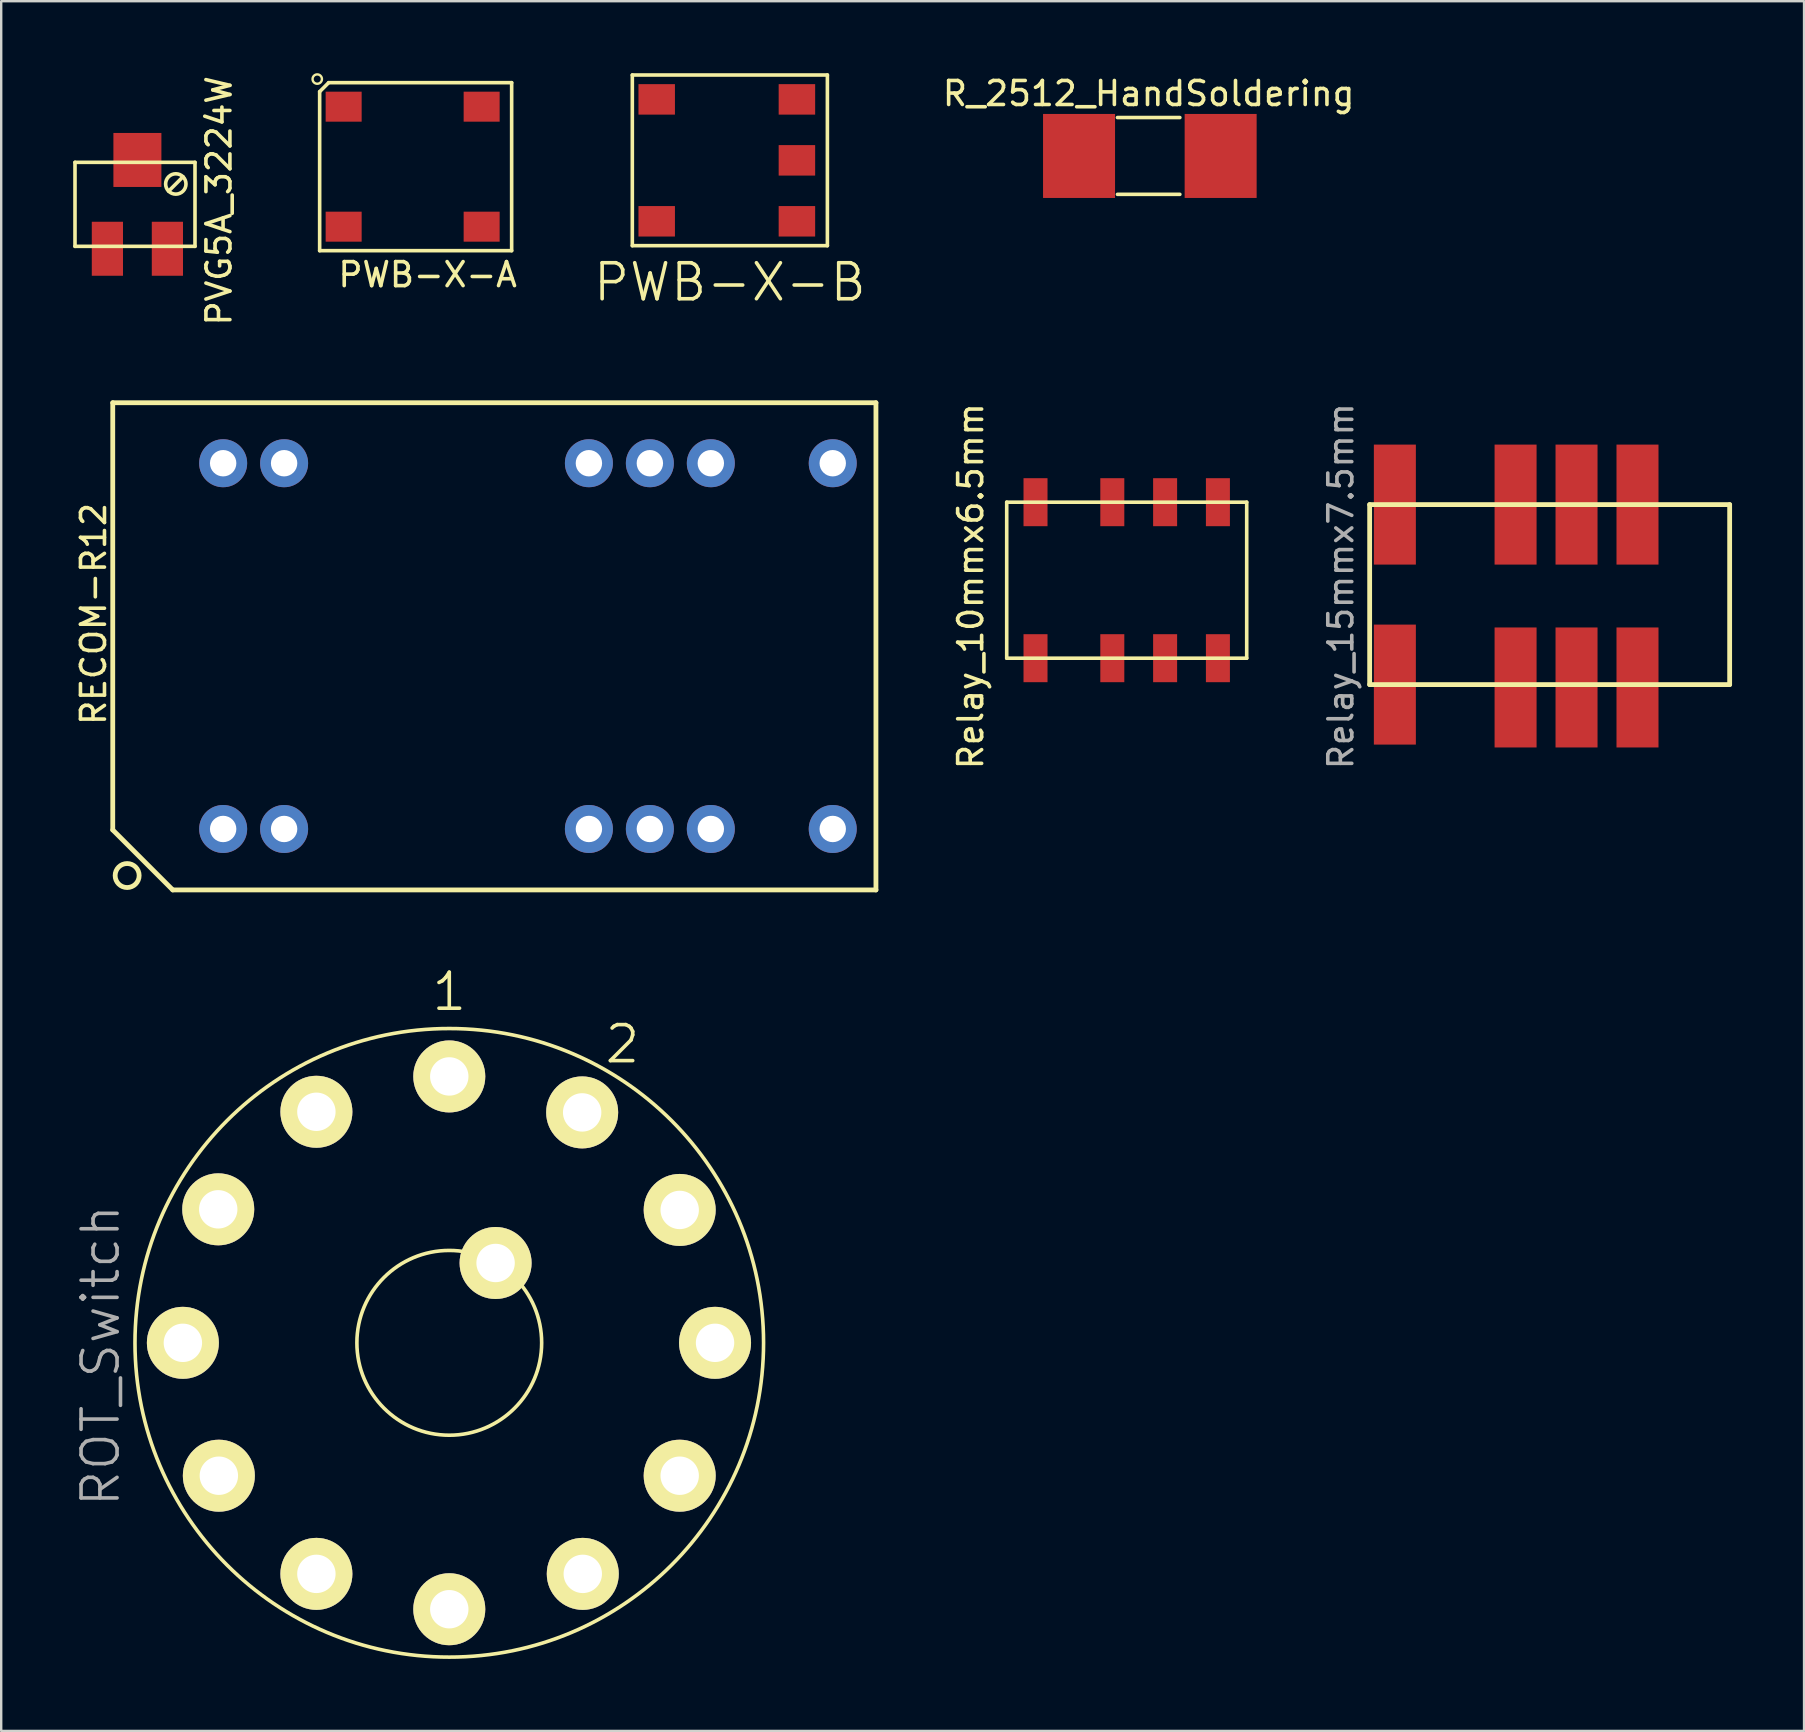
<source format=kicad_pcb>
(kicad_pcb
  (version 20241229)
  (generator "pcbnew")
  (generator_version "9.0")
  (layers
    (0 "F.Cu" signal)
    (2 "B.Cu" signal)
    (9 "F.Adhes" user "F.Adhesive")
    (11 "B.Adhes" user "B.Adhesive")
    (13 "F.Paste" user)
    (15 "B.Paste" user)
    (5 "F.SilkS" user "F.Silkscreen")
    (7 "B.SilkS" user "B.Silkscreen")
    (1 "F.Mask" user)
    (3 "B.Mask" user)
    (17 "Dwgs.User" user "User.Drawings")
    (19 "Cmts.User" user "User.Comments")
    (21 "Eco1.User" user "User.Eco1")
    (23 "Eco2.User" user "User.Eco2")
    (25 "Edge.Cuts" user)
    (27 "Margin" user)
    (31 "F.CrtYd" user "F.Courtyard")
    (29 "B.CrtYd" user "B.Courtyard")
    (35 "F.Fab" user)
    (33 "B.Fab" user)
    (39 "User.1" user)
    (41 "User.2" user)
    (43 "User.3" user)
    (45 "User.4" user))
  (footprint "Relay_10mmx6.5mm"
    (layer "F.Cu")
    (at 43.897 20.875)
    (property "Reference" "Relay_10mmx6.5mm" (at -6.5 0.5 90) (layer "F.SilkS") (effects (font (size 1 1) (thickness 0.15))))
    (attr through_hole)
    (fp_line (start -5 -3) (end 5 -3) (stroke (width 0.15) (type solid)) (layer "F.SilkS"))
    (fp_line (start -5 3.5) (end -5 -3) (stroke (width 0.15) (type solid)) (layer "F.SilkS"))
    (fp_line (start 5 -3) (end 5 3.5) (stroke (width 0.15) (type solid)) (layer "F.SilkS"))
    (fp_line (start 5 3.5) (end -5 3.5) (stroke (width 0.15) (type solid)) (layer "F.SilkS"))
    (pad "1" smd rect (at -3.8 3.5) (size 1 2) (layers "F.Cu" "F.Mask" "F.Paste"))
    (pad "2" smd rect (at -0.6 3.5) (size 1 2) (layers "F.Cu" "F.Mask" "F.Paste"))
    (pad "3" smd rect (at 1.6 3.5) (size 1 2) (layers "F.Cu" "F.Mask" "F.Paste"))
    (pad "4" smd rect (at 3.8 3.5) (size 1 2) (layers "F.Cu" "F.Mask" "F.Paste"))
    (pad "5" smd rect (at 3.8 -3) (size 1 2) (layers "F.Cu" "F.Mask" "F.Paste"))
    (pad "6" smd rect (at 1.6 -3) (size 1 2) (layers "F.Cu" "F.Mask" "F.Paste"))
    (pad "7" smd rect (at -0.6 -3) (size 1 2) (layers "F.Cu" "F.Mask" "F.Paste"))
    (pad "8" smd rect (at -3.8 -3) (size 1 2) (layers "F.Cu" "F.Mask" "F.Paste")))
  (footprint "ROT_Switch"
    (layer "F.Cu")
    (at 15.67 52.902)
    (property "Reference" "ROT_Switch" (at -14.529 0.533 90) (layer "F.Fab") (effects (font (size 1.5 1.5) (thickness 0.15))))
    (attr through_hole)
    (fp_circle (center 0 0) (end 2.722 2.722) (stroke (width 0.15) (type solid)) (fill no) (layer "F.SilkS"))
    (fp_circle (center 0 0) (end 9.26 9.26) (stroke (width 0.15) (type solid)) (fill no) (layer "F.SilkS"))
    (fp_text user "1" (at 0 -14.63 0) (layer "F.SilkS") (effects (font (size 1.5 1.5) (thickness 0.15))))
    (fp_text user "2" (at 7.214 -12.446 0) (layer "F.SilkS") (effects (font (size 1.5 1.5) (thickness 0.15))))
    (pad "1" thru_hole circle (at 0 -11.1) (size 3 3) (drill 1.6) (layers "*.Cu" "*.Mask" "F.SilkS"))
    (pad "2" thru_hole circle (at 5.537 -9.601) (size 3 3) (drill 1.6) (layers "*.Cu" "*.Mask" "F.SilkS"))
    (pad "3" thru_hole circle (at 9.601 -5.537) (size 3 3) (drill 1.6) (layers "*.Cu" "*.Mask" "F.SilkS"))
    (pad "4" thru_hole circle (at 11.074 0) (size 3 3) (drill 1.6) (layers "*.Cu" "*.Mask" "F.SilkS"))
    (pad "5" thru_hole circle (at 9.601 5.537) (size 3 3) (drill 1.6) (layers "*.Cu" "*.Mask" "F.SilkS"))
    (pad "6" thru_hole circle (at 5.563 9.627) (size 3 3) (drill 1.6) (layers "*.Cu" "*.Mask" "F.SilkS"))
    (pad "7" thru_hole circle (at 0 11.1) (size 3 3) (drill 1.6) (layers "*.Cu" "*.Mask" "F.SilkS"))
    (pad "8" thru_hole circle (at -5.537 9.627) (size 3 3) (drill 1.6) (layers "*.Cu" "*.Mask" "F.SilkS"))
    (pad "9" thru_hole circle (at -9.601 5.537) (size 3 3) (drill 1.6) (layers "*.Cu" "*.Mask" "F.SilkS"))
    (pad "10" thru_hole circle (at -11.1 0) (size 3 3) (drill 1.6) (layers "*.Cu" "*.Mask" "F.SilkS"))
    (pad "11" thru_hole circle (at -9.627 -5.563) (size 3 3) (drill 1.6) (layers "*.Cu" "*.Mask" "F.SilkS"))
    (pad "12" thru_hole circle (at -5.537 -9.627) (size 3 3) (drill 1.6) (layers "*.Cu" "*.Mask" "F.SilkS"))
    (pad "A" thru_hole circle (at 1.93 -3.327) (size 3 3) (drill 1.6) (layers "*.Cu" "*.Mask" "F.SilkS")))
  (footprint "Relay_15mmx7.5mm"
    (layer "F.Cu")
    (at 61.42 21.475)
    (property "Reference" "Relay_15mmx7.5mm" (at -8.6 -0.1 90) (layer "F.Fab") (effects (font (size 1 1) (thickness 0.15))))
    (attr through_hole)
    (fp_line (start -7.4 -3.5) (end 7.6 -3.5) (stroke (width 0.2) (type solid)) (layer "F.SilkS"))
    (fp_line (start -7.4 4) (end -7.4 -3.5) (stroke (width 0.2) (type solid)) (layer "F.SilkS"))
    (fp_line (start 7.6 -3.5) (end 7.6 4) (stroke (width 0.2) (type solid)) (layer "F.SilkS"))
    (fp_line (start 7.6 4) (end -7.4 4) (stroke (width 0.2) (type solid)) (layer "F.SilkS"))
    (pad "1" smd rect (at -6.35 4) (size 1.75 5) (layers "F.Cu" "F.Mask" "F.Paste"))
    (pad "3" smd rect (at -1.32 4.12) (size 1.75 5) (layers "F.Cu" "F.Mask" "F.Paste"))
    (pad "4" smd rect (at 1.22 4.12) (size 1.75 5) (layers "F.Cu" "F.Mask" "F.Paste"))
    (pad "5" smd rect (at 3.76 4.12) (size 1.75 5) (layers "F.Cu" "F.Mask" "F.Paste"))
    (pad "8" smd rect (at 3.76 -3.5) (size 1.75 5) (layers "F.Cu" "F.Mask" "F.Paste"))
    (pad "9" smd rect (at 1.22 -3.5) (size 1.75 5) (layers "F.Cu" "F.Mask" "F.Paste"))
    (pad "10" smd rect (at -1.32 -3.5) (size 1.75 5) (layers "F.Cu" "F.Mask" "F.Paste"))
    (pad "12" smd rect (at -6.35 -3.5) (size 1.75 5) (layers "F.Cu" "F.Mask" "F.Paste")))
  (footprint "RECOM-R12"
    (layer "F.Cu")
    (at 17.148 23.931)
    (property "Reference" "RECOM-R12" (at -16.3 -1.4 90) (layer "F.SilkS") (effects (font (size 1 1) (thickness 0.15))))
    (attr through_hole)
    (fp_line (start -15.5 -10.2) (end 16.3 -10.2) (stroke (width 0.2) (type solid)) (layer "F.SilkS"))
    (fp_line (start -15.5 7.6) (end -15.5 -10.2) (stroke (width 0.2) (type solid)) (layer "F.SilkS"))
    (fp_line (start -15.5 7.6) (end -13 10.1) (stroke (width 0.2) (type solid)) (layer "F.SilkS"))
    (fp_line (start -13 10.1) (end 16.3 10.1) (stroke (width 0.2) (type solid)) (layer "F.SilkS"))
    (fp_line (start 16.3 -10.2) (end 16.3 10.1) (stroke (width 0.2) (type solid)) (layer "F.SilkS"))
    (fp_circle (center -14.9 9.5) (end -14.5 9.8) (stroke (width 0.2) (type solid)) (fill no) (layer "F.SilkS"))
    (pad "2" thru_hole circle (at -10.9 7.56) (size 2 2) (drill 1.1) (layers "*.Cu" "*.Mask"))
    (pad "3" thru_hole circle (at -8.36 7.56) (size 2 2) (drill 1.1) (layers "*.Cu" "*.Mask"))
    (pad "8" thru_hole circle (at 4.34 7.56) (size 2 2) (drill 1.1) (layers "*.Cu" "*.Mask"))
    (pad "9" thru_hole circle (at 6.88 7.56) (size 2 2) (drill 1.1) (layers "*.Cu" "*.Mask"))
    (pad "10" thru_hole circle (at 9.42 7.56) (size 2 2) (drill 1.1) (layers "*.Cu" "*.Mask"))
    (pad "12" thru_hole circle (at 14.5 7.56) (size 2 2) (drill 1.1) (layers "*.Cu" "*.Mask"))
    (pad "13" thru_hole circle (at 14.5 -7.68) (size 2 2) (drill 1.1) (layers "*.Cu" "*.Mask"))
    (pad "15" thru_hole circle (at 9.42 -7.68) (size 2 2) (drill 1.1) (layers "*.Cu" "*.Mask"))
    (pad "16" thru_hole circle (at 6.88 -7.68) (size 2 2) (drill 1.1) (layers "*.Cu" "*.Mask"))
    (pad "17" thru_hole circle (at 4.34 -7.68) (size 2 2) (drill 1.1) (layers "*.Cu" "*.Mask"))
    (pad "22" thru_hole circle (at -8.36 -7.68) (size 2 2) (drill 1.1) (layers "*.Cu" "*.Mask"))
    (pad "23" thru_hole circle (at -10.9 -7.68) (size 2 2) (drill 1.1) (layers "*.Cu" "*.Mask")))
  (footprint "R_2512_HandSoldering"
    (layer "F.Cu")
    (at 44.811 3.448)
    (property "Reference" "R_2512_HandSoldering" (at 0 -2.6 0) (layer "F.SilkS") (effects (font (size 1 1) (thickness 0.15))))
    (attr smd)
    (fp_line (start -1.3 -1.6) (end 1.3 -1.6) (stroke (width 0.15) (type solid)) (layer "F.SilkS"))
    (fp_line (start -1.3 1.6) (end 1.3 1.6) (stroke (width 0.15) (type solid)) (layer "F.SilkS"))
    (pad "1" smd rect (at -2.9 0) (size 3 3.5) (layers "F.Cu" "F.Mask" "F.Paste"))
    (pad "2" smd rect (at 3 0) (size 3 3.5) (layers "F.Cu" "F.Mask" "F.Paste")))
  (footprint "PVG5A_3224W"
    (layer "F.Cu")
    (at 2.675 5.415)
    (property "Reference" "PVG5A_3224W" (at 3.4 -0.1 90) (layer "F.SilkS") (effects (font (size 1 1) (thickness 0.15))))
    (attr through_hole)
    (fp_line (start -2.6 -1.7) (end -2.6 1.8) (stroke (width 0.15) (type solid)) (layer "F.SilkS"))
    (fp_line (start -2.6 -1.7) (end 2.4 -1.7) (stroke (width 0.15) (type solid)) (layer "F.SilkS"))
    (fp_line (start -2.6 1.8) (end 2.4 1.8) (stroke (width 0.15) (type solid)) (layer "F.SilkS"))
    (fp_line (start 1.3 -0.5) (end 1.9 -1.1) (stroke (width 0.15) (type solid)) (layer "F.SilkS"))
    (fp_line (start 2.4 -1.7) (end 2.4 1.8) (stroke (width 0.15) (type solid)) (layer "F.SilkS"))
    (fp_circle (center 1.6 -0.8) (end 1.9 -0.5) (stroke (width 0.15) (type solid)) (fill no) (layer "F.SilkS"))
    (pad "1" smd rect (at -1.25 1.9) (size 1.3 2.25) (layers "F.Cu" "F.Mask" "F.Paste"))
    (pad "2" smd rect (at 0 -1.8) (size 2 2.25) (layers "F.Cu" "F.Mask" "F.Paste"))
    (pad "3" smd rect (at 1.25 1.9) (size 1.3 2.25) (layers "F.Cu" "F.Mask" "F.Paste")))
  (footprint "PWB-X-A"
    (layer "F.Cu")
    (at 14.269 3.645)
    (property "Reference" "PWB-X-A" (at 0.5 4.75 0) (layer "F.SilkS") (effects (font (size 1 1) (thickness 0.15))))
    (attr through_hole)
    (fp_line (start -4 -2.875) (end -4 3.75) (stroke (width 0.15) (type solid)) (layer "F.SilkS"))
    (fp_line (start -4 -2.875) (end -3.625 -3.25) (stroke (width 0.15) (type solid)) (layer "F.SilkS"))
    (fp_line (start -3.625 -3.25) (end 4 -3.25) (stroke (width 0.15) (type solid)) (layer "F.SilkS"))
    (fp_line (start 4 -3.25) (end 4 3.75) (stroke (width 0.15) (type solid)) (layer "F.SilkS"))
    (fp_line (start 4 3.75) (end -4 3.75) (stroke (width 0.15) (type solid)) (layer "F.SilkS"))
    (fp_circle (center -4.1 -3.4) (end -3.95 -3.275) (stroke (width 0.1) (type solid)) (fill no) (layer "F.SilkS"))
    (pad "1" smd rect (at -3 -2.25) (size 1.5 1.25) (layers "F.Cu" "F.Mask" "F.Paste"))
    (pad "2" smd rect (at -3 2.75) (size 1.5 1.25) (layers "F.Cu" "F.Mask" "F.Paste"))
    (pad "3" smd rect (at 2.75 2.75) (size 1.5 1.25) (layers "F.Cu" "F.Mask" "F.Paste"))
    (pad "4" smd rect (at 2.75 -2.25) (size 1.5 1.25) (layers "F.Cu" "F.Mask" "F.Paste")))
  (footprint "PWB-X-B"
    (layer "F.Cu")
    (at 27.361 3.631)
    (property "Reference" "PWB-X-B" (at 0 5.08 0) (layer "F.SilkS") (effects (font (size 1.5 1.5) (thickness 0.15))))
    (attr through_hole)
    (fp_line (start -4.064 -3.556) (end 4.064 -3.556) (stroke (width 0.15) (type solid)) (layer "F.SilkS"))
    (fp_line (start -4.064 3.556) (end -4.064 -3.556) (stroke (width 0.15) (type solid)) (layer "F.SilkS"))
    (fp_line (start 4.064 -3.556) (end 4.064 3.556) (stroke (width 0.15) (type solid)) (layer "F.SilkS"))
    (fp_line (start 4.064 3.556) (end -4.064 3.556) (stroke (width 0.15) (type solid)) (layer "F.SilkS"))
    (pad "1" smd rect (at -3.048 -2.54) (size 1.52 1.27) (layers "F.Cu" "F.Mask" "F.Paste"))
    (pad "2" smd rect (at -3.048 2.54) (size 1.52 1.27) (layers "F.Cu" "F.Mask" "F.Paste"))
    (pad "3" smd rect (at 2.794 2.54) (size 1.52 1.27) (layers "F.Cu" "F.Mask" "F.Paste"))
    (pad "4" smd rect (at 2.794 0) (size 1.52 1.27) (layers "F.Cu" "F.Mask" "F.Paste"))
    (pad "5" smd rect (at 2.794 -2.54) (size 1.52 1.27) (layers "F.Cu" "F.Mask" "F.Paste")))
  (gr_rect
    (start -3 -3)
    (end 72.12 69.073)
    (stroke (width 0.1) (type default))
    (fill no)
    (layer "Edge.Cuts")))
</source>
